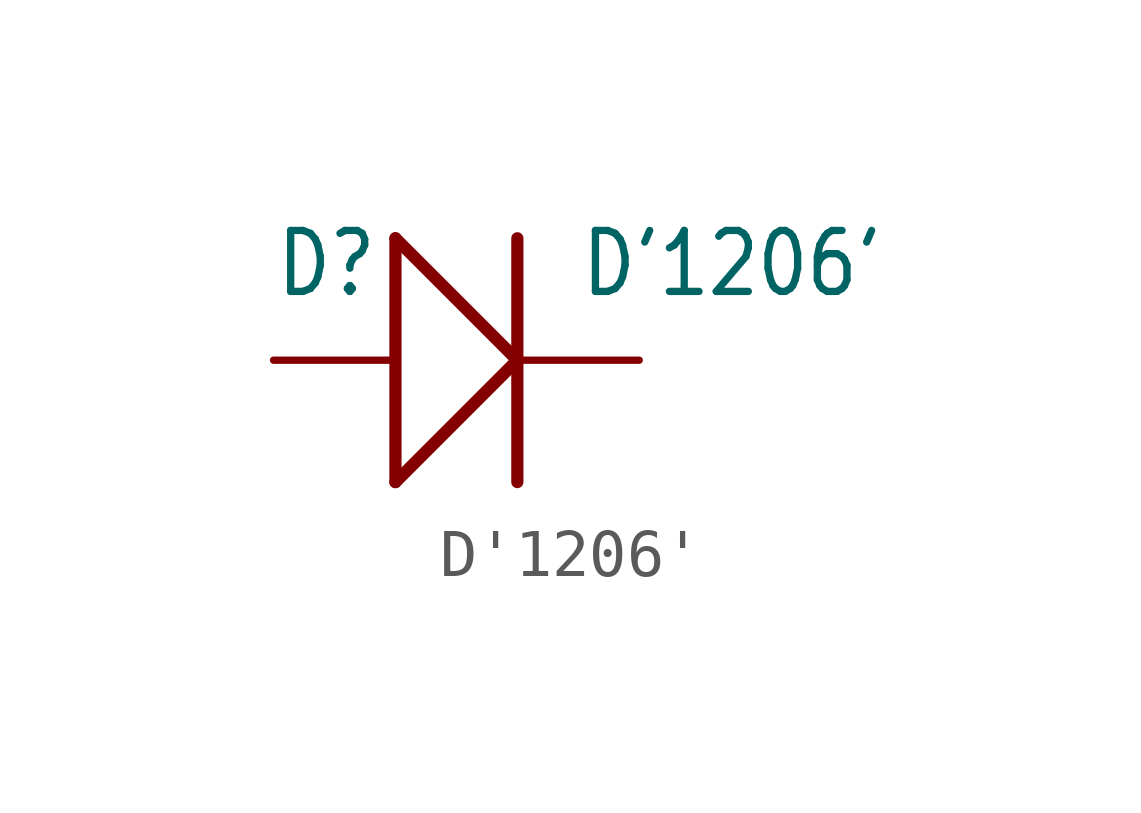
<source format=kicad_sym>
(kicad_symbol_lib
  (version 20211014)
  (generator kicad_symbol_editor)
  (symbol "D'1206'"
    (property "Reference" "D"
      (at -3.81 1.27 0)
      (effects (font (size 1.27 1.079)) (justify left bottom)))
    (property "Value" "D'1206'"
      (at 2.54 1.27 0)
      (effects (font (size 1.27 1.079)) (justify left bottom)))
    (property "ki_locked" ""
      (at 0 0 0)
      (effects (font (size 1.27 1.27))))
    (symbol "D'1206'_1_0"
      (polyline (pts (xy -1.27 -2.54) (xy -1.27 2.54)) (stroke (width 0.254) (type default) (color 0 0 0 0)) (fill (type none)))
      (polyline (pts (xy -1.27 -2.54) (xy 1.27 0)) (stroke (width 0.254) (type default) (color 0 0 0 0)) (fill (type none)))
      (polyline (pts (xy -1.27 2.54) (xy 1.27 0)) (stroke (width 0.254) (type default) (color 0 0 0 0)) (fill (type none)))
      (polyline (pts (xy 1.27 2.54) (xy 1.27 -2.54)) (stroke (width 0.254) (type default) (color 0 0 0 0)) (fill (type none)))
      (pin passive line (at -3.81 0 0) (length 2.54) (name "+" (effects (font (size 0 0)))) (number "+" (effects (font (size 0 0)))))
      (pin passive line (at 3.81 0 180) (length 2.54) (name "-" (effects (font (size 0 0)))) (number "-" (effects (font (size 0 0))))))))
</source>
